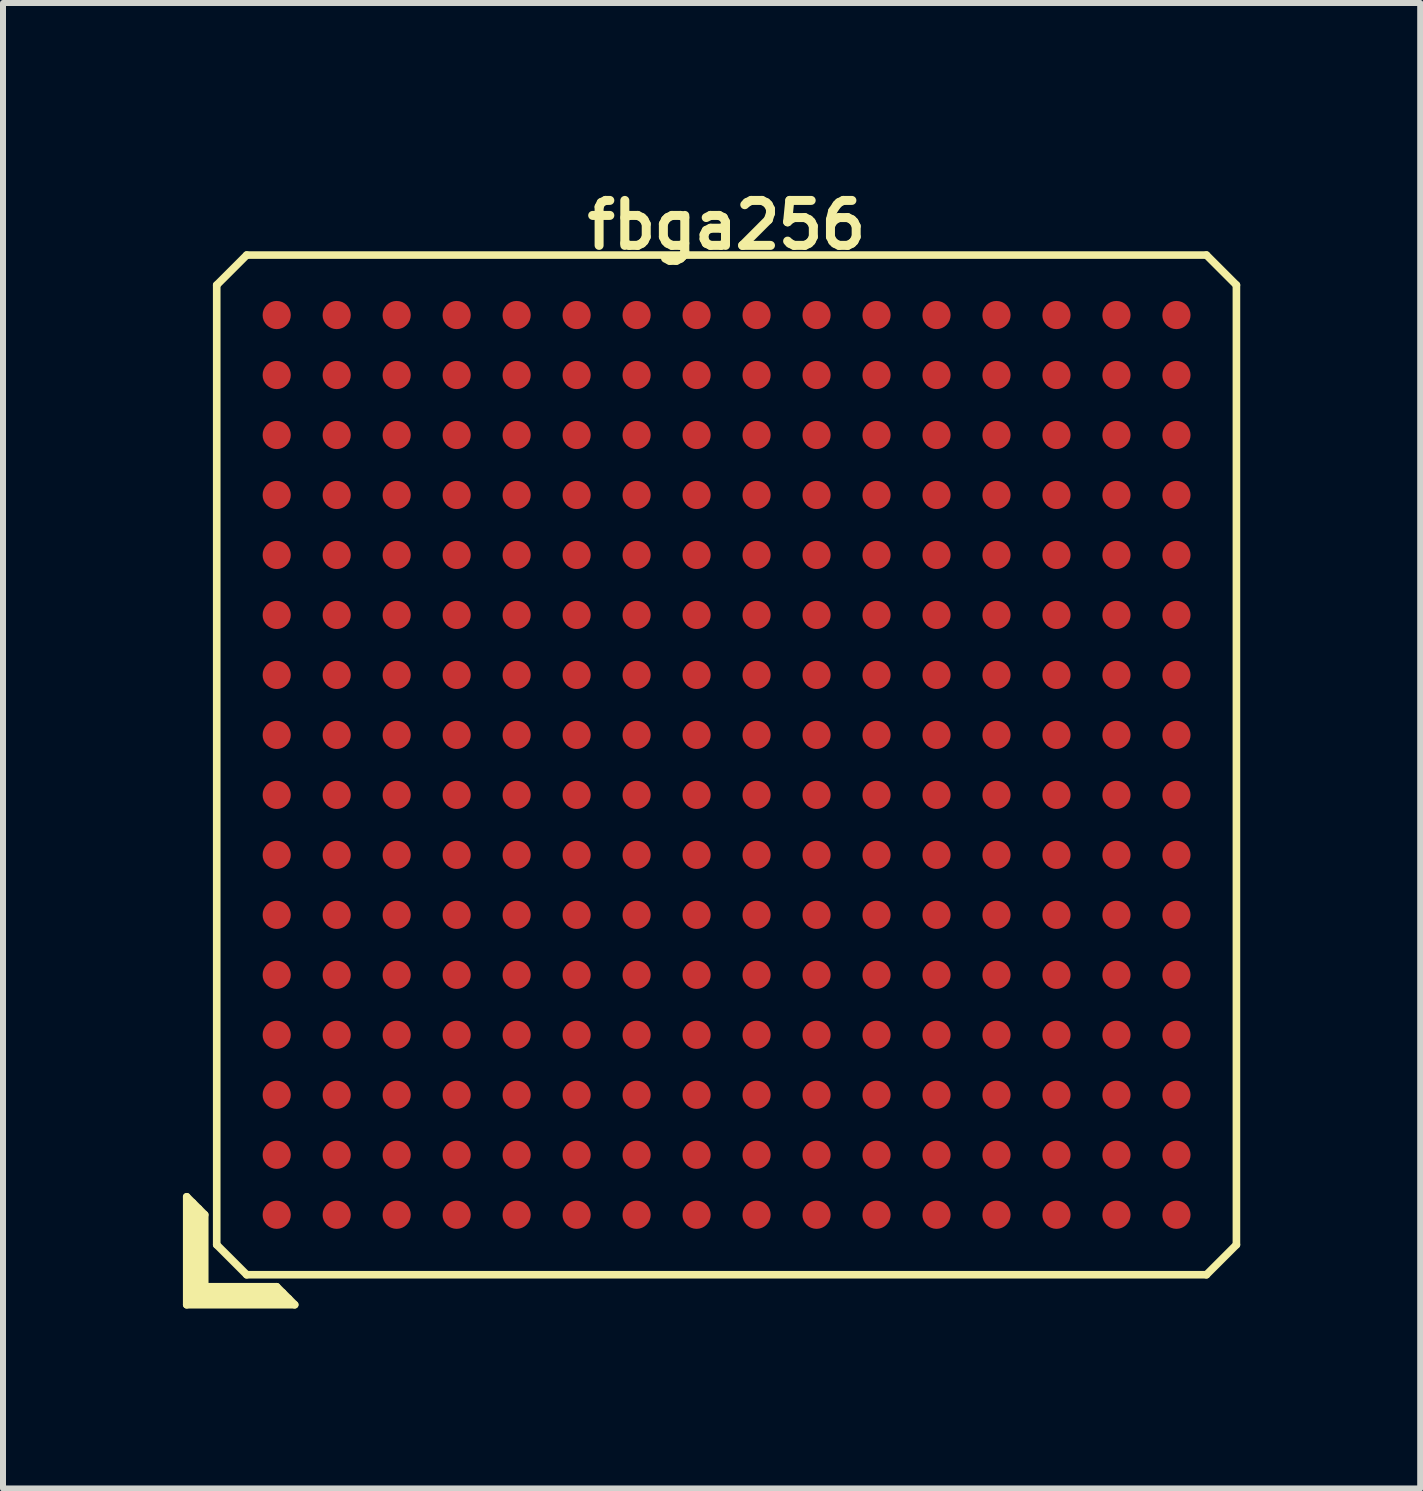
<source format=kicad_pcb>
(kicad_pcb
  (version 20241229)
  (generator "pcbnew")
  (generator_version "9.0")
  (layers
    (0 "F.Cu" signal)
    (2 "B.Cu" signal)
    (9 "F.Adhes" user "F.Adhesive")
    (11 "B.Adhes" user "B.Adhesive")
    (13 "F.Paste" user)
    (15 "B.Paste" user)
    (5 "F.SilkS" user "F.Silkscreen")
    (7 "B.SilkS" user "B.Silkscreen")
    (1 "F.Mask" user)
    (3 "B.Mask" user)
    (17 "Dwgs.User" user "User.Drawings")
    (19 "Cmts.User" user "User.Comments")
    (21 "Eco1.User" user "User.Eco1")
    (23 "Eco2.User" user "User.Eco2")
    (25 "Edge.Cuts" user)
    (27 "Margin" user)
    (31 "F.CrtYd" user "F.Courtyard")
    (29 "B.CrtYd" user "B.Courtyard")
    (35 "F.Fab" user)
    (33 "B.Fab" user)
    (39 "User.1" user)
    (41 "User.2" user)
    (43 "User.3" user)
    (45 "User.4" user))
  (footprint "fbga256"
    (layer "F.Cu")
    (at 9.063 9.702)
    (property "Reference" "fbga256" (at 0 -9 0) (layer "F.SilkS") (effects (font (size 0.75 0.75) (thickness 0.15))))
    (attr through_hole)
    (fp_line (start -9 7.2) (end -8.7 7.5) (stroke (width 0.127) (type solid)) (layer "F.SilkS"))
    (fp_line (start -9 9) (end -9 7.2) (stroke (width 0.127) (type solid)) (layer "F.SilkS"))
    (fp_line (start -8.9 8.9) (end -8.9 7.3) (stroke (width 0.127) (type solid)) (layer "F.SilkS"))
    (fp_line (start -8.8 7.4) (end -8.8 8.8) (stroke (width 0.127) (type solid)) (layer "F.SilkS"))
    (fp_line (start -8.8 8.8) (end -7.4 8.8) (stroke (width 0.127) (type solid)) (layer "F.SilkS"))
    (fp_line (start -8.7 7.5) (end -8.7 8.7) (stroke (width 0.127) (type solid)) (layer "F.SilkS"))
    (fp_line (start -8.7 8.7) (end -7.5 8.7) (stroke (width 0.127) (type solid)) (layer "F.SilkS"))
    (fp_line (start -8.5 -8) (end -8.5 8) (stroke (width 0.127) (type solid)) (layer "F.SilkS"))
    (fp_line (start -8.5 -8) (end -8 -8.5) (stroke (width 0.127) (type solid)) (layer "F.SilkS"))
    (fp_line (start -8 8.5) (end -8.5 8) (stroke (width 0.127) (type solid)) (layer "F.SilkS"))
    (fp_line (start -8 8.5) (end 8 8.5) (stroke (width 0.127) (type solid)) (layer "F.SilkS"))
    (fp_line (start -7.5 8.7) (end -7.2 9) (stroke (width 0.127) (type solid)) (layer "F.SilkS"))
    (fp_line (start -7.3 8.9) (end -8.9 8.9) (stroke (width 0.127) (type solid)) (layer "F.SilkS"))
    (fp_line (start -7.2 9) (end -9 9) (stroke (width 0.127) (type solid)) (layer "F.SilkS"))
    (fp_line (start 8 -8.5) (end -8 -8.5) (stroke (width 0.127) (type solid)) (layer "F.SilkS"))
    (fp_line (start 8 -8.5) (end 8.5 -8) (stroke (width 0.127) (type solid)) (layer "F.SilkS"))
    (fp_line (start 8.5 8) (end 8 8.5) (stroke (width 0.127) (type solid)) (layer "F.SilkS"))
    (fp_line (start 8.5 8) (end 8.5 -8) (stroke (width 0.127) (type solid)) (layer "F.SilkS"))
    (pad "A1" smd circle (at -7.5 7.5) (size 0.47 0.47) (layers "F.Cu" "F.Mask" "F.Paste"))
    (pad "A2" smd circle (at -6.5 7.5) (size 0.47 0.47) (layers "F.Cu" "F.Mask" "F.Paste"))
    (pad "A3" smd circle (at -5.5 7.5) (size 0.47 0.47) (layers "F.Cu" "F.Mask" "F.Paste"))
    (pad "A4" smd circle (at -4.5 7.5) (size 0.47 0.47) (layers "F.Cu" "F.Mask" "F.Paste"))
    (pad "A5" smd circle (at -3.5 7.5) (size 0.47 0.47) (layers "F.Cu" "F.Mask" "F.Paste"))
    (pad "A6" smd circle (at -2.5 7.5) (size 0.47 0.47) (layers "F.Cu" "F.Mask" "F.Paste"))
    (pad "A7" smd circle (at -1.5 7.5) (size 0.47 0.47) (layers "F.Cu" "F.Mask" "F.Paste"))
    (pad "A8" smd circle (at -0.5 7.5) (size 0.47 0.47) (layers "F.Cu" "F.Mask" "F.Paste"))
    (pad "A9" smd circle (at 0.5 7.5) (size 0.47 0.47) (layers "F.Cu" "F.Mask" "F.Paste"))
    (pad "A10" smd circle (at 1.5 7.5) (size 0.47 0.47) (layers "F.Cu" "F.Mask" "F.Paste"))
    (pad "A11" smd circle (at 2.5 7.5) (size 0.47 0.47) (layers "F.Cu" "F.Mask" "F.Paste"))
    (pad "A12" smd circle (at 3.5 7.5) (size 0.47 0.47) (layers "F.Cu" "F.Mask" "F.Paste"))
    (pad "A13" smd circle (at 4.5 7.5) (size 0.47 0.47) (layers "F.Cu" "F.Mask" "F.Paste"))
    (pad "A14" smd circle (at 5.5 7.5) (size 0.47 0.47) (layers "F.Cu" "F.Mask" "F.Paste"))
    (pad "A15" smd circle (at 6.5 7.5) (size 0.47 0.47) (layers "F.Cu" "F.Mask" "F.Paste"))
    (pad "A16" smd circle (at 7.5 7.5) (size 0.47 0.47) (layers "F.Cu" "F.Mask" "F.Paste"))
    (pad "B1" smd circle (at -7.5 6.5) (size 0.47 0.47) (layers "F.Cu" "F.Mask" "F.Paste"))
    (pad "B2" smd circle (at -6.5 6.5) (size 0.47 0.47) (layers "F.Cu" "F.Mask" "F.Paste"))
    (pad "B3" smd circle (at -5.5 6.5) (size 0.47 0.47) (layers "F.Cu" "F.Mask" "F.Paste"))
    (pad "B4" smd circle (at -4.5 6.5) (size 0.47 0.47) (layers "F.Cu" "F.Mask" "F.Paste"))
    (pad "B5" smd circle (at -3.5 6.5) (size 0.47 0.47) (layers "F.Cu" "F.Mask" "F.Paste"))
    (pad "B6" smd circle (at -2.5 6.5) (size 0.47 0.47) (layers "F.Cu" "F.Mask" "F.Paste"))
    (pad "B7" smd circle (at -1.5 6.5) (size 0.47 0.47) (layers "F.Cu" "F.Mask" "F.Paste"))
    (pad "B8" smd circle (at -0.5 6.5) (size 0.47 0.47) (layers "F.Cu" "F.Mask" "F.Paste"))
    (pad "B9" smd circle (at 0.5 6.5) (size 0.47 0.47) (layers "F.Cu" "F.Mask" "F.Paste"))
    (pad "B10" smd circle (at 1.5 6.5) (size 0.47 0.47) (layers "F.Cu" "F.Mask" "F.Paste"))
    (pad "B11" smd circle (at 2.5 6.5) (size 0.47 0.47) (layers "F.Cu" "F.Mask" "F.Paste"))
    (pad "B12" smd circle (at 3.5 6.5) (size 0.47 0.47) (layers "F.Cu" "F.Mask" "F.Paste"))
    (pad "B13" smd circle (at 4.5 6.5) (size 0.47 0.47) (layers "F.Cu" "F.Mask" "F.Paste"))
    (pad "B14" smd circle (at 5.5 6.5) (size 0.47 0.47) (layers "F.Cu" "F.Mask" "F.Paste"))
    (pad "B15" smd circle (at 6.5 6.5) (size 0.47 0.47) (layers "F.Cu" "F.Mask" "F.Paste"))
    (pad "B16" smd circle (at 7.5 6.5) (size 0.47 0.47) (layers "F.Cu" "F.Mask" "F.Paste"))
    (pad "C1" smd circle (at -7.5 5.5) (size 0.47 0.47) (layers "F.Cu" "F.Mask" "F.Paste"))
    (pad "C2" smd circle (at -6.5 5.5) (size 0.47 0.47) (layers "F.Cu" "F.Mask" "F.Paste"))
    (pad "C3" smd circle (at -5.5 5.5) (size 0.47 0.47) (layers "F.Cu" "F.Mask" "F.Paste"))
    (pad "C4" smd circle (at -4.5 5.5) (size 0.47 0.47) (layers "F.Cu" "F.Mask" "F.Paste"))
    (pad "C5" smd circle (at -3.5 5.5) (size 0.47 0.47) (layers "F.Cu" "F.Mask" "F.Paste"))
    (pad "C6" smd circle (at -2.5 5.5) (size 0.47 0.47) (layers "F.Cu" "F.Mask" "F.Paste"))
    (pad "C7" smd circle (at -1.5 5.5) (size 0.47 0.47) (layers "F.Cu" "F.Mask" "F.Paste"))
    (pad "C8" smd circle (at -0.5 5.5) (size 0.47 0.47) (layers "F.Cu" "F.Mask" "F.Paste"))
    (pad "C9" smd circle (at 0.5 5.5) (size 0.47 0.47) (layers "F.Cu" "F.Mask" "F.Paste"))
    (pad "C10" smd circle (at 1.5 5.5) (size 0.47 0.47) (layers "F.Cu" "F.Mask" "F.Paste"))
    (pad "C11" smd circle (at 2.5 5.5) (size 0.47 0.47) (layers "F.Cu" "F.Mask" "F.Paste"))
    (pad "C12" smd circle (at 3.5 5.5) (size 0.47 0.47) (layers "F.Cu" "F.Mask" "F.Paste"))
    (pad "C13" smd circle (at 4.5 5.5) (size 0.47 0.47) (layers "F.Cu" "F.Mask" "F.Paste"))
    (pad "C14" smd circle (at 5.5 5.5) (size 0.47 0.47) (layers "F.Cu" "F.Mask" "F.Paste"))
    (pad "C15" smd circle (at 6.5 5.5) (size 0.47 0.47) (layers "F.Cu" "F.Mask" "F.Paste"))
    (pad "C16" smd circle (at 7.5 5.5) (size 0.47 0.47) (layers "F.Cu" "F.Mask" "F.Paste"))
    (pad "D1" smd circle (at -7.5 4.5) (size 0.47 0.47) (layers "F.Cu" "F.Mask" "F.Paste"))
    (pad "D2" smd circle (at -6.5 4.5) (size 0.47 0.47) (layers "F.Cu" "F.Mask" "F.Paste"))
    (pad "D3" smd circle (at -5.5 4.5) (size 0.47 0.47) (layers "F.Cu" "F.Mask" "F.Paste"))
    (pad "D4" smd circle (at -4.5 4.5) (size 0.47 0.47) (layers "F.Cu" "F.Mask" "F.Paste"))
    (pad "D5" smd circle (at -3.5 4.5) (size 0.47 0.47) (layers "F.Cu" "F.Mask" "F.Paste"))
    (pad "D6" smd circle (at -2.5 4.5) (size 0.47 0.47) (layers "F.Cu" "F.Mask" "F.Paste"))
    (pad "D7" smd circle (at -1.5 4.5) (size 0.47 0.47) (layers "F.Cu" "F.Mask" "F.Paste"))
    (pad "D8" smd circle (at -0.5 4.5) (size 0.47 0.47) (layers "F.Cu" "F.Mask" "F.Paste"))
    (pad "D9" smd circle (at 0.5 4.5) (size 0.47 0.47) (layers "F.Cu" "F.Mask" "F.Paste"))
    (pad "D10" smd circle (at 1.5 4.5) (size 0.47 0.47) (layers "F.Cu" "F.Mask" "F.Paste"))
    (pad "D11" smd circle (at 2.5 4.5) (size 0.47 0.47) (layers "F.Cu" "F.Mask" "F.Paste"))
    (pad "D12" smd circle (at 3.5 4.5) (size 0.47 0.47) (layers "F.Cu" "F.Mask" "F.Paste"))
    (pad "D13" smd circle (at 4.5 4.5) (size 0.47 0.47) (layers "F.Cu" "F.Mask" "F.Paste"))
    (pad "D14" smd circle (at 5.5 4.5) (size 0.47 0.47) (layers "F.Cu" "F.Mask" "F.Paste"))
    (pad "D15" smd circle (at 6.5 4.5) (size 0.47 0.47) (layers "F.Cu" "F.Mask" "F.Paste"))
    (pad "D16" smd circle (at 7.5 4.5) (size 0.47 0.47) (layers "F.Cu" "F.Mask" "F.Paste"))
    (pad "E1" smd circle (at -7.5 3.5) (size 0.47 0.47) (layers "F.Cu" "F.Mask" "F.Paste"))
    (pad "E2" smd circle (at -6.5 3.5) (size 0.47 0.47) (layers "F.Cu" "F.Mask" "F.Paste"))
    (pad "E3" smd circle (at -5.5 3.5) (size 0.47 0.47) (layers "F.Cu" "F.Mask" "F.Paste"))
    (pad "E4" smd circle (at -4.5 3.5) (size 0.47 0.47) (layers "F.Cu" "F.Mask" "F.Paste"))
    (pad "E5" smd circle (at -3.5 3.5) (size 0.47 0.47) (layers "F.Cu" "F.Mask" "F.Paste"))
    (pad "E6" smd circle (at -2.5 3.5) (size 0.47 0.47) (layers "F.Cu" "F.Mask" "F.Paste"))
    (pad "E7" smd circle (at -1.5 3.5) (size 0.47 0.47) (layers "F.Cu" "F.Mask" "F.Paste"))
    (pad "E8" smd circle (at -0.5 3.5) (size 0.47 0.47) (layers "F.Cu" "F.Mask" "F.Paste"))
    (pad "E9" smd circle (at 0.5 3.5) (size 0.47 0.47) (layers "F.Cu" "F.Mask" "F.Paste"))
    (pad "E10" smd circle (at 1.5 3.5) (size 0.47 0.47) (layers "F.Cu" "F.Mask" "F.Paste"))
    (pad "E11" smd circle (at 2.5 3.5) (size 0.47 0.47) (layers "F.Cu" "F.Mask" "F.Paste"))
    (pad "E12" smd circle (at 3.5 3.5) (size 0.47 0.47) (layers "F.Cu" "F.Mask" "F.Paste"))
    (pad "E13" smd circle (at 4.5 3.5) (size 0.47 0.47) (layers "F.Cu" "F.Mask" "F.Paste"))
    (pad "E14" smd circle (at 5.5 3.5) (size 0.47 0.47) (layers "F.Cu" "F.Mask" "F.Paste"))
    (pad "E15" smd circle (at 6.5 3.5) (size 0.47 0.47) (layers "F.Cu" "F.Mask" "F.Paste"))
    (pad "E16" smd circle (at 7.5 3.5) (size 0.47 0.47) (layers "F.Cu" "F.Mask" "F.Paste"))
    (pad "F1" smd circle (at -7.5 2.5) (size 0.47 0.47) (layers "F.Cu" "F.Mask" "F.Paste"))
    (pad "F2" smd circle (at -6.5 2.5) (size 0.47 0.47) (layers "F.Cu" "F.Mask" "F.Paste"))
    (pad "F3" smd circle (at -5.5 2.5) (size 0.47 0.47) (layers "F.Cu" "F.Mask" "F.Paste"))
    (pad "F4" smd circle (at -4.5 2.5) (size 0.47 0.47) (layers "F.Cu" "F.Mask" "F.Paste"))
    (pad "F5" smd circle (at -3.5 2.5) (size 0.47 0.47) (layers "F.Cu" "F.Mask" "F.Paste"))
    (pad "F6" smd circle (at -2.5 2.5) (size 0.47 0.47) (layers "F.Cu" "F.Mask" "F.Paste"))
    (pad "F7" smd circle (at -1.5 2.5) (size 0.47 0.47) (layers "F.Cu" "F.Mask" "F.Paste"))
    (pad "F8" smd circle (at -0.5 2.5) (size 0.47 0.47) (layers "F.Cu" "F.Mask" "F.Paste"))
    (pad "F9" smd circle (at 0.5 2.5) (size 0.47 0.47) (layers "F.Cu" "F.Mask" "F.Paste"))
    (pad "F10" smd circle (at 1.5 2.5) (size 0.47 0.47) (layers "F.Cu" "F.Mask" "F.Paste"))
    (pad "F11" smd circle (at 2.5 2.5) (size 0.47 0.47) (layers "F.Cu" "F.Mask" "F.Paste"))
    (pad "F12" smd circle (at 3.5 2.5) (size 0.47 0.47) (layers "F.Cu" "F.Mask" "F.Paste"))
    (pad "F13" smd circle (at 4.5 2.5) (size 0.47 0.47) (layers "F.Cu" "F.Mask" "F.Paste"))
    (pad "F14" smd circle (at 5.5 2.5) (size 0.47 0.47) (layers "F.Cu" "F.Mask" "F.Paste"))
    (pad "F15" smd circle (at 6.5 2.5) (size 0.47 0.47) (layers "F.Cu" "F.Mask" "F.Paste"))
    (pad "F16" smd circle (at 7.5 2.5) (size 0.47 0.47) (layers "F.Cu" "F.Mask" "F.Paste"))
    (pad "G1" smd circle (at -7.5 1.5) (size 0.47 0.47) (layers "F.Cu" "F.Mask" "F.Paste"))
    (pad "G2" smd circle (at -6.5 1.5) (size 0.47 0.47) (layers "F.Cu" "F.Mask" "F.Paste"))
    (pad "G3" smd circle (at -5.5 1.5) (size 0.47 0.47) (layers "F.Cu" "F.Mask" "F.Paste"))
    (pad "G4" smd circle (at -4.5 1.5) (size 0.47 0.47) (layers "F.Cu" "F.Mask" "F.Paste"))
    (pad "G5" smd circle (at -3.5 1.5) (size 0.47 0.47) (layers "F.Cu" "F.Mask" "F.Paste"))
    (pad "G6" smd circle (at -2.5 1.5) (size 0.47 0.47) (layers "F.Cu" "F.Mask" "F.Paste"))
    (pad "G7" smd circle (at -1.5 1.5) (size 0.47 0.47) (layers "F.Cu" "F.Mask" "F.Paste"))
    (pad "G8" smd circle (at -0.5 1.5) (size 0.47 0.47) (layers "F.Cu" "F.Mask" "F.Paste"))
    (pad "G9" smd circle (at 0.5 1.5) (size 0.47 0.47) (layers "F.Cu" "F.Mask" "F.Paste"))
    (pad "G10" smd circle (at 1.5 1.5) (size 0.47 0.47) (layers "F.Cu" "F.Mask" "F.Paste"))
    (pad "G11" smd circle (at 2.5 1.5) (size 0.47 0.47) (layers "F.Cu" "F.Mask" "F.Paste"))
    (pad "G12" smd circle (at 3.5 1.5) (size 0.47 0.47) (layers "F.Cu" "F.Mask" "F.Paste"))
    (pad "G13" smd circle (at 4.5 1.5) (size 0.47 0.47) (layers "F.Cu" "F.Mask" "F.Paste"))
    (pad "G14" smd circle (at 5.5 1.5) (size 0.47 0.47) (layers "F.Cu" "F.Mask" "F.Paste"))
    (pad "G15" smd circle (at 6.5 1.5) (size 0.47 0.47) (layers "F.Cu" "F.Mask" "F.Paste"))
    (pad "G16" smd circle (at 7.5 1.5) (size 0.47 0.47) (layers "F.Cu" "F.Mask" "F.Paste"))
    (pad "H1" smd circle (at -7.5 0.5) (size 0.47 0.47) (layers "F.Cu" "F.Mask" "F.Paste"))
    (pad "H2" smd circle (at -6.5 0.5) (size 0.47 0.47) (layers "F.Cu" "F.Mask" "F.Paste"))
    (pad "H3" smd circle (at -5.5 0.5) (size 0.47 0.47) (layers "F.Cu" "F.Mask" "F.Paste"))
    (pad "H4" smd circle (at -4.5 0.5) (size 0.47 0.47) (layers "F.Cu" "F.Mask" "F.Paste"))
    (pad "H5" smd circle (at -3.5 0.5) (size 0.47 0.47) (layers "F.Cu" "F.Mask" "F.Paste"))
    (pad "H6" smd circle (at -2.5 0.5) (size 0.47 0.47) (layers "F.Cu" "F.Mask" "F.Paste"))
    (pad "H7" smd circle (at -1.5 0.5) (size 0.47 0.47) (layers "F.Cu" "F.Mask" "F.Paste"))
    (pad "H8" smd circle (at -0.5 0.5) (size 0.47 0.47) (layers "F.Cu" "F.Mask" "F.Paste"))
    (pad "H9" smd circle (at 0.5 0.5) (size 0.47 0.47) (layers "F.Cu" "F.Mask" "F.Paste"))
    (pad "H10" smd circle (at 1.5 0.5) (size 0.47 0.47) (layers "F.Cu" "F.Mask" "F.Paste"))
    (pad "H11" smd circle (at 2.5 0.5) (size 0.47 0.47) (layers "F.Cu" "F.Mask" "F.Paste"))
    (pad "H12" smd circle (at 3.5 0.5) (size 0.47 0.47) (layers "F.Cu" "F.Mask" "F.Paste"))
    (pad "H13" smd circle (at 4.5 0.5) (size 0.47 0.47) (layers "F.Cu" "F.Mask" "F.Paste"))
    (pad "H14" smd circle (at 5.5 0.5) (size 0.47 0.47) (layers "F.Cu" "F.Mask" "F.Paste"))
    (pad "H15" smd circle (at 6.5 0.5) (size 0.47 0.47) (layers "F.Cu" "F.Mask" "F.Paste"))
    (pad "H16" smd circle (at 7.5 0.5) (size 0.47 0.47) (layers "F.Cu" "F.Mask" "F.Paste"))
    (pad "J1" smd circle (at -7.5 -0.5) (size 0.47 0.47) (layers "F.Cu" "F.Mask" "F.Paste"))
    (pad "J2" smd circle (at -6.5 -0.5) (size 0.47 0.47) (layers "F.Cu" "F.Mask" "F.Paste"))
    (pad "J3" smd circle (at -5.5 -0.5) (size 0.47 0.47) (layers "F.Cu" "F.Mask" "F.Paste"))
    (pad "J4" smd circle (at -4.5 -0.5) (size 0.47 0.47) (layers "F.Cu" "F.Mask" "F.Paste"))
    (pad "J5" smd circle (at -3.5 -0.5) (size 0.47 0.47) (layers "F.Cu" "F.Mask" "F.Paste"))
    (pad "J6" smd circle (at -2.5 -0.5) (size 0.47 0.47) (layers "F.Cu" "F.Mask" "F.Paste"))
    (pad "J7" smd circle (at -1.5 -0.5) (size 0.47 0.47) (layers "F.Cu" "F.Mask" "F.Paste"))
    (pad "J8" smd circle (at -0.5 -0.5) (size 0.47 0.47) (layers "F.Cu" "F.Mask" "F.Paste"))
    (pad "J9" smd circle (at 0.5 -0.5) (size 0.47 0.47) (layers "F.Cu" "F.Mask" "F.Paste"))
    (pad "J10" smd circle (at 1.5 -0.5) (size 0.47 0.47) (layers "F.Cu" "F.Mask" "F.Paste"))
    (pad "J11" smd circle (at 2.5 -0.5) (size 0.47 0.47) (layers "F.Cu" "F.Mask" "F.Paste"))
    (pad "J12" smd circle (at 3.5 -0.5) (size 0.47 0.47) (layers "F.Cu" "F.Mask" "F.Paste"))
    (pad "J13" smd circle (at 4.5 -0.5) (size 0.47 0.47) (layers "F.Cu" "F.Mask" "F.Paste"))
    (pad "J14" smd circle (at 5.5 -0.5) (size 0.47 0.47) (layers "F.Cu" "F.Mask" "F.Paste"))
    (pad "J15" smd circle (at 6.5 -0.5) (size 0.47 0.47) (layers "F.Cu" "F.Mask" "F.Paste"))
    (pad "J16" smd circle (at 7.5 -0.5) (size 0.47 0.47) (layers "F.Cu" "F.Mask" "F.Paste"))
    (pad "K1" smd circle (at -7.5 -1.5) (size 0.47 0.47) (layers "F.Cu" "F.Mask" "F.Paste"))
    (pad "K2" smd circle (at -6.5 -1.5) (size 0.47 0.47) (layers "F.Cu" "F.Mask" "F.Paste"))
    (pad "K3" smd circle (at -5.5 -1.5) (size 0.47 0.47) (layers "F.Cu" "F.Mask" "F.Paste"))
    (pad "K4" smd circle (at -4.5 -1.5) (size 0.47 0.47) (layers "F.Cu" "F.Mask" "F.Paste"))
    (pad "K5" smd circle (at -3.5 -1.5) (size 0.47 0.47) (layers "F.Cu" "F.Mask" "F.Paste"))
    (pad "K6" smd circle (at -2.5 -1.5) (size 0.47 0.47) (layers "F.Cu" "F.Mask" "F.Paste"))
    (pad "K7" smd circle (at -1.5 -1.5) (size 0.47 0.47) (layers "F.Cu" "F.Mask" "F.Paste"))
    (pad "K8" smd circle (at -0.5 -1.5) (size 0.47 0.47) (layers "F.Cu" "F.Mask" "F.Paste"))
    (pad "K9" smd circle (at 0.5 -1.5) (size 0.47 0.47) (layers "F.Cu" "F.Mask" "F.Paste"))
    (pad "K10" smd circle (at 1.5 -1.5) (size 0.47 0.47) (layers "F.Cu" "F.Mask" "F.Paste"))
    (pad "K11" smd circle (at 2.5 -1.5) (size 0.47 0.47) (layers "F.Cu" "F.Mask" "F.Paste"))
    (pad "K12" smd circle (at 3.5 -1.5) (size 0.47 0.47) (layers "F.Cu" "F.Mask" "F.Paste"))
    (pad "K13" smd circle (at 4.5 -1.5) (size 0.47 0.47) (layers "F.Cu" "F.Mask" "F.Paste"))
    (pad "K14" smd circle (at 5.5 -1.5) (size 0.47 0.47) (layers "F.Cu" "F.Mask" "F.Paste"))
    (pad "K15" smd circle (at 6.5 -1.5) (size 0.47 0.47) (layers "F.Cu" "F.Mask" "F.Paste"))
    (pad "K16" smd circle (at 7.5 -1.5) (size 0.47 0.47) (layers "F.Cu" "F.Mask" "F.Paste"))
    (pad "L1" smd circle (at -7.5 -2.5) (size 0.47 0.47) (layers "F.Cu" "F.Mask" "F.Paste"))
    (pad "L2" smd circle (at -6.5 -2.5) (size 0.47 0.47) (layers "F.Cu" "F.Mask" "F.Paste"))
    (pad "L3" smd circle (at -5.5 -2.5) (size 0.47 0.47) (layers "F.Cu" "F.Mask" "F.Paste"))
    (pad "L4" smd circle (at -4.5 -2.5) (size 0.47 0.47) (layers "F.Cu" "F.Mask" "F.Paste"))
    (pad "L5" smd circle (at -3.5 -2.5) (size 0.47 0.47) (layers "F.Cu" "F.Mask" "F.Paste"))
    (pad "L6" smd circle (at -2.5 -2.5) (size 0.47 0.47) (layers "F.Cu" "F.Mask" "F.Paste"))
    (pad "L7" smd circle (at -1.5 -2.5) (size 0.47 0.47) (layers "F.Cu" "F.Mask" "F.Paste"))
    (pad "L8" smd circle (at -0.5 -2.5) (size 0.47 0.47) (layers "F.Cu" "F.Mask" "F.Paste"))
    (pad "L9" smd circle (at 0.5 -2.5) (size 0.47 0.47) (layers "F.Cu" "F.Mask" "F.Paste"))
    (pad "L10" smd circle (at 1.5 -2.5) (size 0.47 0.47) (layers "F.Cu" "F.Mask" "F.Paste"))
    (pad "L11" smd circle (at 2.5 -2.5) (size 0.47 0.47) (layers "F.Cu" "F.Mask" "F.Paste"))
    (pad "L12" smd circle (at 3.5 -2.5) (size 0.47 0.47) (layers "F.Cu" "F.Mask" "F.Paste"))
    (pad "L13" smd circle (at 4.5 -2.5) (size 0.47 0.47) (layers "F.Cu" "F.Mask" "F.Paste"))
    (pad "L14" smd circle (at 5.5 -2.5) (size 0.47 0.47) (layers "F.Cu" "F.Mask" "F.Paste"))
    (pad "L15" smd circle (at 6.5 -2.5) (size 0.47 0.47) (layers "F.Cu" "F.Mask" "F.Paste"))
    (pad "L16" smd circle (at 7.5 -2.5) (size 0.47 0.47) (layers "F.Cu" "F.Mask" "F.Paste"))
    (pad "M1" smd circle (at -7.5 -3.5) (size 0.47 0.47) (layers "F.Cu" "F.Mask" "F.Paste"))
    (pad "M2" smd circle (at -6.5 -3.5) (size 0.47 0.47) (layers "F.Cu" "F.Mask" "F.Paste"))
    (pad "M3" smd circle (at -5.5 -3.5) (size 0.47 0.47) (layers "F.Cu" "F.Mask" "F.Paste"))
    (pad "M4" smd circle (at -4.5 -3.5) (size 0.47 0.47) (layers "F.Cu" "F.Mask" "F.Paste"))
    (pad "M5" smd circle (at -3.5 -3.5) (size 0.47 0.47) (layers "F.Cu" "F.Mask" "F.Paste"))
    (pad "M6" smd circle (at -2.5 -3.5) (size 0.47 0.47) (layers "F.Cu" "F.Mask" "F.Paste"))
    (pad "M7" smd circle (at -1.5 -3.5) (size 0.47 0.47) (layers "F.Cu" "F.Mask" "F.Paste"))
    (pad "M8" smd circle (at -0.5 -3.5) (size 0.47 0.47) (layers "F.Cu" "F.Mask" "F.Paste"))
    (pad "M9" smd circle (at 0.5 -3.5) (size 0.47 0.47) (layers "F.Cu" "F.Mask" "F.Paste"))
    (pad "M10" smd circle (at 1.5 -3.5) (size 0.47 0.47) (layers "F.Cu" "F.Mask" "F.Paste"))
    (pad "M11" smd circle (at 2.5 -3.5) (size 0.47 0.47) (layers "F.Cu" "F.Mask" "F.Paste"))
    (pad "M12" smd circle (at 3.5 -3.5) (size 0.47 0.47) (layers "F.Cu" "F.Mask" "F.Paste"))
    (pad "M13" smd circle (at 4.5 -3.5) (size 0.47 0.47) (layers "F.Cu" "F.Mask" "F.Paste"))
    (pad "M14" smd circle (at 5.5 -3.5) (size 0.47 0.47) (layers "F.Cu" "F.Mask" "F.Paste"))
    (pad "M15" smd circle (at 6.5 -3.5) (size 0.47 0.47) (layers "F.Cu" "F.Mask" "F.Paste"))
    (pad "M16" smd circle (at 7.5 -3.5) (size 0.47 0.47) (layers "F.Cu" "F.Mask" "F.Paste"))
    (pad "N1" smd circle (at -7.5 -4.5) (size 0.47 0.47) (layers "F.Cu" "F.Mask" "F.Paste"))
    (pad "N2" smd circle (at -6.5 -4.5) (size 0.47 0.47) (layers "F.Cu" "F.Mask" "F.Paste"))
    (pad "N3" smd circle (at -5.5 -4.5) (size 0.47 0.47) (layers "F.Cu" "F.Mask" "F.Paste"))
    (pad "N4" smd circle (at -4.5 -4.5) (size 0.47 0.47) (layers "F.Cu" "F.Mask" "F.Paste"))
    (pad "N5" smd circle (at -3.5 -4.5) (size 0.47 0.47) (layers "F.Cu" "F.Mask" "F.Paste"))
    (pad "N6" smd circle (at -2.5 -4.5) (size 0.47 0.47) (layers "F.Cu" "F.Mask" "F.Paste"))
    (pad "N7" smd circle (at -1.5 -4.5) (size 0.47 0.47) (layers "F.Cu" "F.Mask" "F.Paste"))
    (pad "N8" smd circle (at -0.5 -4.5) (size 0.47 0.47) (layers "F.Cu" "F.Mask" "F.Paste"))
    (pad "N9" smd circle (at 0.5 -4.5) (size 0.47 0.47) (layers "F.Cu" "F.Mask" "F.Paste"))
    (pad "N10" smd circle (at 1.5 -4.5) (size 0.47 0.47) (layers "F.Cu" "F.Mask" "F.Paste"))
    (pad "N11" smd circle (at 2.5 -4.5) (size 0.47 0.47) (layers "F.Cu" "F.Mask" "F.Paste"))
    (pad "N12" smd circle (at 3.5 -4.5) (size 0.47 0.47) (layers "F.Cu" "F.Mask" "F.Paste"))
    (pad "N13" smd circle (at 4.5 -4.5) (size 0.47 0.47) (layers "F.Cu" "F.Mask" "F.Paste"))
    (pad "N14" smd circle (at 5.5 -4.5) (size 0.47 0.47) (layers "F.Cu" "F.Mask" "F.Paste"))
    (pad "N15" smd circle (at 6.5 -4.5) (size 0.47 0.47) (layers "F.Cu" "F.Mask" "F.Paste"))
    (pad "N16" smd circle (at 7.5 -4.5) (size 0.47 0.47) (layers "F.Cu" "F.Mask" "F.Paste"))
    (pad "P1" smd circle (at -7.5 -5.5) (size 0.47 0.47) (layers "F.Cu" "F.Mask" "F.Paste"))
    (pad "P2" smd circle (at -6.5 -5.5) (size 0.47 0.47) (layers "F.Cu" "F.Mask" "F.Paste"))
    (pad "P3" smd circle (at -5.5 -5.5) (size 0.47 0.47) (layers "F.Cu" "F.Mask" "F.Paste"))
    (pad "P4" smd circle (at -4.5 -5.5) (size 0.47 0.47) (layers "F.Cu" "F.Mask" "F.Paste"))
    (pad "P5" smd circle (at -3.5 -5.5) (size 0.47 0.47) (layers "F.Cu" "F.Mask" "F.Paste"))
    (pad "P6" smd circle (at -2.5 -5.5) (size 0.47 0.47) (layers "F.Cu" "F.Mask" "F.Paste"))
    (pad "P7" smd circle (at -1.5 -5.5) (size 0.47 0.47) (layers "F.Cu" "F.Mask" "F.Paste"))
    (pad "P8" smd circle (at -0.5 -5.5) (size 0.47 0.47) (layers "F.Cu" "F.Mask" "F.Paste"))
    (pad "P9" smd circle (at 0.5 -5.5) (size 0.47 0.47) (layers "F.Cu" "F.Mask" "F.Paste"))
    (pad "P10" smd circle (at 1.5 -5.5) (size 0.47 0.47) (layers "F.Cu" "F.Mask" "F.Paste"))
    (pad "P11" smd circle (at 2.5 -5.5) (size 0.47 0.47) (layers "F.Cu" "F.Mask" "F.Paste"))
    (pad "P12" smd circle (at 3.5 -5.5) (size 0.47 0.47) (layers "F.Cu" "F.Mask" "F.Paste"))
    (pad "P13" smd circle (at 4.5 -5.5) (size 0.47 0.47) (layers "F.Cu" "F.Mask" "F.Paste"))
    (pad "P14" smd circle (at 5.5 -5.5) (size 0.47 0.47) (layers "F.Cu" "F.Mask" "F.Paste"))
    (pad "P15" smd circle (at 6.5 -5.5) (size 0.47 0.47) (layers "F.Cu" "F.Mask" "F.Paste"))
    (pad "P16" smd circle (at 7.5 -5.5) (size 0.47 0.47) (layers "F.Cu" "F.Mask" "F.Paste"))
    (pad "R1" smd circle (at -7.5 -6.5) (size 0.47 0.47) (layers "F.Cu" "F.Mask" "F.Paste"))
    (pad "R2" smd circle (at -6.5 -6.5) (size 0.47 0.47) (layers "F.Cu" "F.Mask" "F.Paste"))
    (pad "R3" smd circle (at -5.5 -6.5) (size 0.47 0.47) (layers "F.Cu" "F.Mask" "F.Paste"))
    (pad "R4" smd circle (at -4.5 -6.5) (size 0.47 0.47) (layers "F.Cu" "F.Mask" "F.Paste"))
    (pad "R5" smd circle (at -3.5 -6.5) (size 0.47 0.47) (layers "F.Cu" "F.Mask" "F.Paste"))
    (pad "R6" smd circle (at -2.5 -6.5) (size 0.47 0.47) (layers "F.Cu" "F.Mask" "F.Paste"))
    (pad "R7" smd circle (at -1.5 -6.5) (size 0.47 0.47) (layers "F.Cu" "F.Mask" "F.Paste"))
    (pad "R8" smd circle (at -0.5 -6.5) (size 0.47 0.47) (layers "F.Cu" "F.Mask" "F.Paste"))
    (pad "R9" smd circle (at 0.5 -6.5) (size 0.47 0.47) (layers "F.Cu" "F.Mask" "F.Paste"))
    (pad "R10" smd circle (at 1.5 -6.5) (size 0.47 0.47) (layers "F.Cu" "F.Mask" "F.Paste"))
    (pad "R11" smd circle (at 2.5 -6.5) (size 0.47 0.47) (layers "F.Cu" "F.Mask" "F.Paste"))
    (pad "R12" smd circle (at 3.5 -6.5) (size 0.47 0.47) (layers "F.Cu" "F.Mask" "F.Paste"))
    (pad "R13" smd circle (at 4.5 -6.5) (size 0.47 0.47) (layers "F.Cu" "F.Mask" "F.Paste"))
    (pad "R14" smd circle (at 5.5 -6.5) (size 0.47 0.47) (layers "F.Cu" "F.Mask" "F.Paste"))
    (pad "R15" smd circle (at 6.5 -6.5) (size 0.47 0.47) (layers "F.Cu" "F.Mask" "F.Paste"))
    (pad "R16" smd circle (at 7.5 -6.5) (size 0.47 0.47) (layers "F.Cu" "F.Mask" "F.Paste"))
    (pad "T1" smd circle (at -7.5 -7.5) (size 0.47 0.47) (layers "F.Cu" "F.Mask" "F.Paste"))
    (pad "T2" smd circle (at -6.5 -7.5) (size 0.47 0.47) (layers "F.Cu" "F.Mask" "F.Paste"))
    (pad "T3" smd circle (at -5.5 -7.5) (size 0.47 0.47) (layers "F.Cu" "F.Mask" "F.Paste"))
    (pad "T4" smd circle (at -4.5 -7.5) (size 0.47 0.47) (layers "F.Cu" "F.Mask" "F.Paste"))
    (pad "T5" smd circle (at -3.5 -7.5) (size 0.47 0.47) (layers "F.Cu" "F.Mask" "F.Paste"))
    (pad "T6" smd circle (at -2.5 -7.5) (size 0.47 0.47) (layers "F.Cu" "F.Mask" "F.Paste"))
    (pad "T7" smd circle (at -1.5 -7.5) (size 0.47 0.47) (layers "F.Cu" "F.Mask" "F.Paste"))
    (pad "T8" smd circle (at -0.5 -7.5) (size 0.47 0.47) (layers "F.Cu" "F.Mask" "F.Paste"))
    (pad "T9" smd circle (at 0.5 -7.5) (size 0.47 0.47) (layers "F.Cu" "F.Mask" "F.Paste"))
    (pad "T10" smd circle (at 1.5 -7.5) (size 0.47 0.47) (layers "F.Cu" "F.Mask" "F.Paste"))
    (pad "T11" smd circle (at 2.5 -7.5) (size 0.47 0.47) (layers "F.Cu" "F.Mask" "F.Paste"))
    (pad "T12" smd circle (at 3.5 -7.5) (size 0.47 0.47) (layers "F.Cu" "F.Mask" "F.Paste"))
    (pad "T13" smd circle (at 4.5 -7.5) (size 0.47 0.47) (layers "F.Cu" "F.Mask" "F.Paste"))
    (pad "T14" smd circle (at 5.5 -7.5) (size 0.47 0.47) (layers "F.Cu" "F.Mask" "F.Paste"))
    (pad "T15" smd circle (at 6.5 -7.5) (size 0.47 0.47) (layers "F.Cu" "F.Mask" "F.Paste"))
    (pad "T16" smd circle (at 7.5 -7.5) (size 0.47 0.47) (layers "F.Cu" "F.Mask" "F.Paste")))
  (gr_rect
    (start -3 -3)
    (end 20.627 21.765)
    (stroke (width 0.1) (type default))
    (fill no)
    (layer "Edge.Cuts")))
</source>
